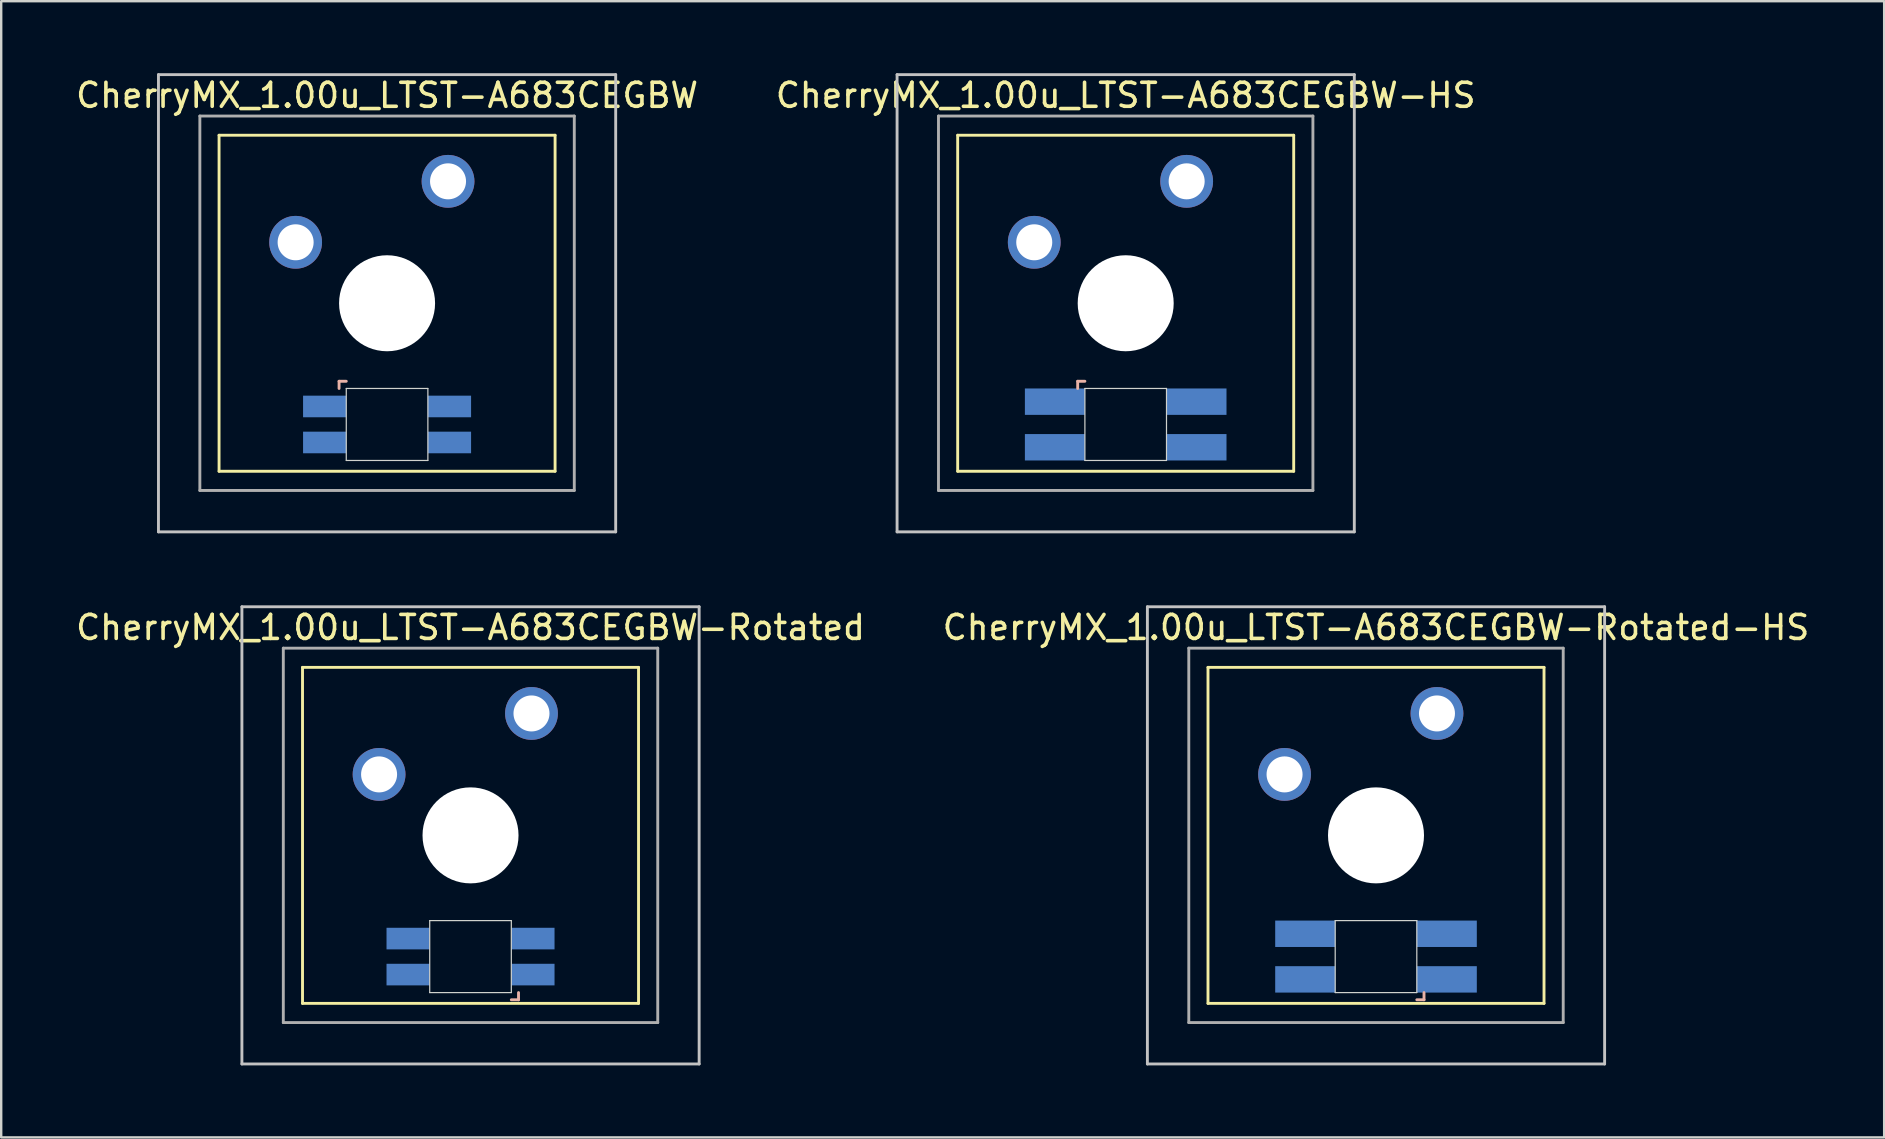
<source format=kicad_pcb>
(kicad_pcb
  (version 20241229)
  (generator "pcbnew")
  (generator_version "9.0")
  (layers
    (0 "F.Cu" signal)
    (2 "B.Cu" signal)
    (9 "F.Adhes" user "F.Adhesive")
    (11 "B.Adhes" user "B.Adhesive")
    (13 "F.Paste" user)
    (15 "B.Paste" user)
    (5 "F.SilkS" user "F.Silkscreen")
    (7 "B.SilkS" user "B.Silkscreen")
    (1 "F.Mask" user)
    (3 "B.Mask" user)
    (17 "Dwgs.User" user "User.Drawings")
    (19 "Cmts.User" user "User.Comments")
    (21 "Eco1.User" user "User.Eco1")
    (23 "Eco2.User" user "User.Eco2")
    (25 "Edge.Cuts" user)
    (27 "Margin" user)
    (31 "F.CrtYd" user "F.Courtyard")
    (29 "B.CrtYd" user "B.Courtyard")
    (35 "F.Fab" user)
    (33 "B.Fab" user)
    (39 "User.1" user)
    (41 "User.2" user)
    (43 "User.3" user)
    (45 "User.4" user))
  (footprint "CherryMX_1.00u_LTST-A683CEGBW-Rotated-HS"
    (layer "F.Cu")
    (at 54.28 31.755)
    (property "Reference" "CherryMX_1.00u_LTST-A683CEGBW-Rotated-HS" (at 0 -8.662 0) (layer "F.SilkS") (effects (font (size 1 1) (thickness 0.15))))
    (attr through_hole)
    (fp_line (start -7 -7) (end -7 7) (stroke (width 0.12) (type solid)) (layer "F.SilkS"))
    (fp_line (start -7 -7) (end 7 -7) (stroke (width 0.12) (type solid)) (layer "F.SilkS"))
    (fp_line (start 7 -7) (end 7 7) (stroke (width 0.12) (type solid)) (layer "F.SilkS"))
    (fp_line (start 7 7) (end -7 7) (stroke (width 0.12) (type solid)) (layer "F.SilkS"))
    (fp_line (start 1.7 6.85) (end 2 6.85) (stroke (width 0.12) (type solid)) (layer "B.SilkS"))
    (fp_line (start 2 6.85) (end 2 6.55) (stroke (width 0.12) (type solid)) (layer "B.SilkS"))
    (fp_line (start -9.525 -9.525) (end 9.525 -9.525) (stroke (width 0.12) (type solid)) (layer "Dwgs.User"))
    (fp_line (start -9.525 9.525) (end -9.525 -9.525) (stroke (width 0.12) (type solid)) (layer "Dwgs.User"))
    (fp_line (start 9.525 -9.525) (end 9.525 9.525) (stroke (width 0.12) (type solid)) (layer "Dwgs.User"))
    (fp_line (start 9.525 9.525) (end -9.525 9.525) (stroke (width 0.12) (type solid)) (layer "Dwgs.User"))
    (fp_line (start -1.7 3.55) (end 1.7 3.55) (stroke (width 0.05) (type solid)) (layer "Edge.Cuts"))
    (fp_line (start -1.7 6.55) (end -1.7 3.55) (stroke (width 0.05) (type solid)) (layer "Edge.Cuts"))
    (fp_line (start 1.7 3.55) (end 1.7 6.55) (stroke (width 0.05) (type solid)) (layer "Edge.Cuts"))
    (fp_line (start 1.7 6.55) (end -1.7 6.55) (stroke (width 0.05) (type solid)) (layer "Edge.Cuts"))
    (fp_line (start -7.8 -7.8) (end -7.8 7.8) (stroke (width 0.12) (type solid)) (layer "F.Fab"))
    (fp_line (start -7.8 -7.8) (end 7.8 -7.8) (stroke (width 0.12) (type solid)) (layer "F.Fab"))
    (fp_line (start -7.8 7.8) (end 7.8 7.8) (stroke (width 0.12) (type solid)) (layer "F.Fab"))
    (fp_line (start 7.8 -7.8) (end 7.8 7.8) (stroke (width 0.12) (type solid)) (layer "F.Fab"))
    (pad "" np_thru_hole circle (at 0 0) (size 4 4) (drill 4) (layers "*.Cu" "*.Mask"))
    (pad "1" thru_hole circle (at -3.81 -2.54) (size 2.2 2.2) (drill 1.5) (layers "*.Cu" "*.Mask"))
    (pad "2" thru_hole circle (at 2.54 -5.08) (size 2.2 2.2) (drill 1.5) (layers "*.Cu" "*.Mask"))
    (pad "3" smd rect (at 2.95 6) (size 2.5 1.1) (layers "B.Cu" "B.Mask" "B.Paste"))
    (pad "4" smd rect (at 2.95 4.1) (size 2.5 1.1) (layers "B.Cu" "B.Mask" "B.Paste"))
    (pad "5" smd rect (at -2.95 6) (size 2.5 1.1) (layers "B.Cu" "B.Mask" "B.Paste"))
    (pad "6" smd rect (at -2.95 4.1) (size 2.5 1.1) (layers "B.Cu" "B.Mask" "B.Paste")))
  (footprint "CherryMX_1.00u_LTST-A683CEGBW-Rotated"
    (layer "F.Cu")
    (at 16.554 31.755)
    (property "Reference" "CherryMX_1.00u_LTST-A683CEGBW-Rotated" (at 0 -8.662 0) (layer "F.SilkS") (effects (font (size 1 1) (thickness 0.15))))
    (attr through_hole)
    (fp_line (start -7 -7) (end -7 7) (stroke (width 0.12) (type solid)) (layer "F.SilkS"))
    (fp_line (start -7 -7) (end 7 -7) (stroke (width 0.12) (type solid)) (layer "F.SilkS"))
    (fp_line (start 7 -7) (end 7 7) (stroke (width 0.12) (type solid)) (layer "F.SilkS"))
    (fp_line (start 7 7) (end -7 7) (stroke (width 0.12) (type solid)) (layer "F.SilkS"))
    (fp_line (start 1.7 6.85) (end 2 6.85) (stroke (width 0.12) (type solid)) (layer "B.SilkS"))
    (fp_line (start 2 6.85) (end 2 6.55) (stroke (width 0.12) (type solid)) (layer "B.SilkS"))
    (fp_line (start -9.525 -9.525) (end 9.525 -9.525) (stroke (width 0.12) (type solid)) (layer "Dwgs.User"))
    (fp_line (start -9.525 9.525) (end -9.525 -9.525) (stroke (width 0.12) (type solid)) (layer "Dwgs.User"))
    (fp_line (start 9.525 -9.525) (end 9.525 9.525) (stroke (width 0.12) (type solid)) (layer "Dwgs.User"))
    (fp_line (start 9.525 9.525) (end -9.525 9.525) (stroke (width 0.12) (type solid)) (layer "Dwgs.User"))
    (fp_line (start -1.7 3.55) (end 1.7 3.55) (stroke (width 0.05) (type solid)) (layer "Edge.Cuts"))
    (fp_line (start -1.7 6.55) (end -1.7 3.55) (stroke (width 0.05) (type solid)) (layer "Edge.Cuts"))
    (fp_line (start 1.7 3.55) (end 1.7 6.55) (stroke (width 0.05) (type solid)) (layer "Edge.Cuts"))
    (fp_line (start 1.7 6.55) (end -1.7 6.55) (stroke (width 0.05) (type solid)) (layer "Edge.Cuts"))
    (fp_line (start -7.8 -7.8) (end -7.8 7.8) (stroke (width 0.12) (type solid)) (layer "F.Fab"))
    (fp_line (start -7.8 -7.8) (end 7.8 -7.8) (stroke (width 0.12) (type solid)) (layer "F.Fab"))
    (fp_line (start -7.8 7.8) (end 7.8 7.8) (stroke (width 0.12) (type solid)) (layer "F.Fab"))
    (fp_line (start 7.8 -7.8) (end 7.8 7.8) (stroke (width 0.12) (type solid)) (layer "F.Fab"))
    (pad "" np_thru_hole circle (at 0 0) (size 4 4) (drill 4) (layers "*.Cu" "*.Mask"))
    (pad "1" thru_hole circle (at -3.81 -2.54) (size 2.2 2.2) (drill 1.5) (layers "*.Cu" "*.Mask"))
    (pad "2" thru_hole circle (at 2.54 -5.08) (size 2.2 2.2) (drill 1.5) (layers "*.Cu" "*.Mask"))
    (pad "3" smd rect (at 2.6 5.8) (size 1.8 0.9) (layers "B.Cu" "B.Mask" "B.Paste"))
    (pad "4" smd rect (at 2.6 4.3) (size 1.8 0.9) (layers "B.Cu" "B.Mask" "B.Paste"))
    (pad "5" smd rect (at -2.6 5.8) (size 1.8 0.9) (layers "B.Cu" "B.Mask" "B.Paste"))
    (pad "6" smd rect (at -2.6 4.3) (size 1.8 0.9) (layers "B.Cu" "B.Mask" "B.Paste")))
  (footprint "CherryMX_1.00u_LTST-A683CEGBW"
    (layer "F.Cu")
    (at 13.077 9.585)
    (property "Reference" "CherryMX_1.00u_LTST-A683CEGBW" (at 0 -8.662 0) (layer "F.SilkS") (effects (font (size 1 1) (thickness 0.15))))
    (attr through_hole)
    (fp_line (start -7 -7) (end -7 7) (stroke (width 0.12) (type solid)) (layer "F.SilkS"))
    (fp_line (start -7 -7) (end 7 -7) (stroke (width 0.12) (type solid)) (layer "F.SilkS"))
    (fp_line (start 7 -7) (end 7 7) (stroke (width 0.12) (type solid)) (layer "F.SilkS"))
    (fp_line (start 7 7) (end -7 7) (stroke (width 0.12) (type solid)) (layer "F.SilkS"))
    (fp_line (start -2 3.25) (end -2 3.55) (stroke (width 0.12) (type solid)) (layer "B.SilkS"))
    (fp_line (start -1.7 3.25) (end -2 3.25) (stroke (width 0.12) (type solid)) (layer "B.SilkS"))
    (fp_line (start -9.525 -9.525) (end 9.525 -9.525) (stroke (width 0.12) (type solid)) (layer "Dwgs.User"))
    (fp_line (start -9.525 9.525) (end -9.525 -9.525) (stroke (width 0.12) (type solid)) (layer "Dwgs.User"))
    (fp_line (start 9.525 -9.525) (end 9.525 9.525) (stroke (width 0.12) (type solid)) (layer "Dwgs.User"))
    (fp_line (start 9.525 9.525) (end -9.525 9.525) (stroke (width 0.12) (type solid)) (layer "Dwgs.User"))
    (fp_line (start -1.7 3.55) (end 1.7 3.55) (stroke (width 0.05) (type solid)) (layer "Edge.Cuts"))
    (fp_line (start -1.7 6.55) (end -1.7 3.55) (stroke (width 0.05) (type solid)) (layer "Edge.Cuts"))
    (fp_line (start 1.7 3.55) (end 1.7 6.55) (stroke (width 0.05) (type solid)) (layer "Edge.Cuts"))
    (fp_line (start 1.7 6.55) (end -1.7 6.55) (stroke (width 0.05) (type solid)) (layer "Edge.Cuts"))
    (fp_line (start -7.8 -7.8) (end -7.8 7.8) (stroke (width 0.12) (type solid)) (layer "F.Fab"))
    (fp_line (start -7.8 -7.8) (end 7.8 -7.8) (stroke (width 0.12) (type solid)) (layer "F.Fab"))
    (fp_line (start -7.8 7.8) (end 7.8 7.8) (stroke (width 0.12) (type solid)) (layer "F.Fab"))
    (fp_line (start 7.8 -7.8) (end 7.8 7.8) (stroke (width 0.12) (type solid)) (layer "F.Fab"))
    (pad "" np_thru_hole circle (at 0 0) (size 4 4) (drill 4) (layers "*.Cu" "*.Mask"))
    (pad "1" thru_hole circle (at -3.81 -2.54) (size 2.2 2.2) (drill 1.5) (layers "*.Cu" "*.Mask"))
    (pad "2" thru_hole circle (at 2.54 -5.08) (size 2.2 2.2) (drill 1.5) (layers "*.Cu" "*.Mask"))
    (pad "3" smd rect (at -2.6 4.3) (size 1.8 0.9) (layers "B.Cu" "B.Mask" "B.Paste"))
    (pad "4" smd rect (at -2.6 5.8) (size 1.8 0.9) (layers "B.Cu" "B.Mask" "B.Paste"))
    (pad "5" smd rect (at 2.6 4.3) (size 1.8 0.9) (layers "B.Cu" "B.Mask" "B.Paste"))
    (pad "6" smd rect (at 2.6 5.8) (size 1.8 0.9) (layers "B.Cu" "B.Mask" "B.Paste")))
  (footprint "CherryMX_1.00u_LTST-A683CEGBW-HS"
    (layer "F.Cu")
    (at 43.851 9.585)
    (property "Reference" "CherryMX_1.00u_LTST-A683CEGBW-HS" (at 0 -8.662 0) (layer "F.SilkS") (effects (font (size 1 1) (thickness 0.15))))
    (attr through_hole)
    (fp_line (start -7 -7) (end -7 7) (stroke (width 0.12) (type solid)) (layer "F.SilkS"))
    (fp_line (start -7 -7) (end 7 -7) (stroke (width 0.12) (type solid)) (layer "F.SilkS"))
    (fp_line (start 7 -7) (end 7 7) (stroke (width 0.12) (type solid)) (layer "F.SilkS"))
    (fp_line (start 7 7) (end -7 7) (stroke (width 0.12) (type solid)) (layer "F.SilkS"))
    (fp_line (start -2 3.25) (end -2 3.55) (stroke (width 0.12) (type solid)) (layer "B.SilkS"))
    (fp_line (start -1.7 3.25) (end -2 3.25) (stroke (width 0.12) (type solid)) (layer "B.SilkS"))
    (fp_line (start -9.525 -9.525) (end 9.525 -9.525) (stroke (width 0.12) (type solid)) (layer "Dwgs.User"))
    (fp_line (start -9.525 9.525) (end -9.525 -9.525) (stroke (width 0.12) (type solid)) (layer "Dwgs.User"))
    (fp_line (start 9.525 -9.525) (end 9.525 9.525) (stroke (width 0.12) (type solid)) (layer "Dwgs.User"))
    (fp_line (start 9.525 9.525) (end -9.525 9.525) (stroke (width 0.12) (type solid)) (layer "Dwgs.User"))
    (fp_line (start -1.7 3.55) (end 1.7 3.55) (stroke (width 0.05) (type solid)) (layer "Edge.Cuts"))
    (fp_line (start -1.7 6.55) (end -1.7 3.55) (stroke (width 0.05) (type solid)) (layer "Edge.Cuts"))
    (fp_line (start 1.7 3.55) (end 1.7 6.55) (stroke (width 0.05) (type solid)) (layer "Edge.Cuts"))
    (fp_line (start 1.7 6.55) (end -1.7 6.55) (stroke (width 0.05) (type solid)) (layer "Edge.Cuts"))
    (fp_line (start -7.8 -7.8) (end -7.8 7.8) (stroke (width 0.12) (type solid)) (layer "F.Fab"))
    (fp_line (start -7.8 -7.8) (end 7.8 -7.8) (stroke (width 0.12) (type solid)) (layer "F.Fab"))
    (fp_line (start -7.8 7.8) (end 7.8 7.8) (stroke (width 0.12) (type solid)) (layer "F.Fab"))
    (fp_line (start 7.8 -7.8) (end 7.8 7.8) (stroke (width 0.12) (type solid)) (layer "F.Fab"))
    (pad "" np_thru_hole circle (at 0 0) (size 4 4) (drill 4) (layers "*.Cu" "*.Mask"))
    (pad "1" thru_hole circle (at -3.81 -2.54) (size 2.2 2.2) (drill 1.5) (layers "*.Cu" "*.Mask"))
    (pad "2" thru_hole circle (at 2.54 -5.08) (size 2.2 2.2) (drill 1.5) (layers "*.Cu" "*.Mask"))
    (pad "3" smd rect (at -2.95 4.1) (size 2.5 1.1) (layers "B.Cu" "B.Mask" "B.Paste"))
    (pad "4" smd rect (at -2.95 6) (size 2.5 1.1) (layers "B.Cu" "B.Mask" "B.Paste"))
    (pad "5" smd rect (at 2.95 4.1) (size 2.5 1.1) (layers "B.Cu" "B.Mask" "B.Paste"))
    (pad "6" smd rect (at 2.95 6) (size 2.5 1.1) (layers "B.Cu" "B.Mask" "B.Paste")))
  (gr_rect
    (start -3 -3)
    (end 75.452 44.34)
    (stroke (width 0.1) (type default))
    (fill no)
    (layer "Edge.Cuts")))
</source>
